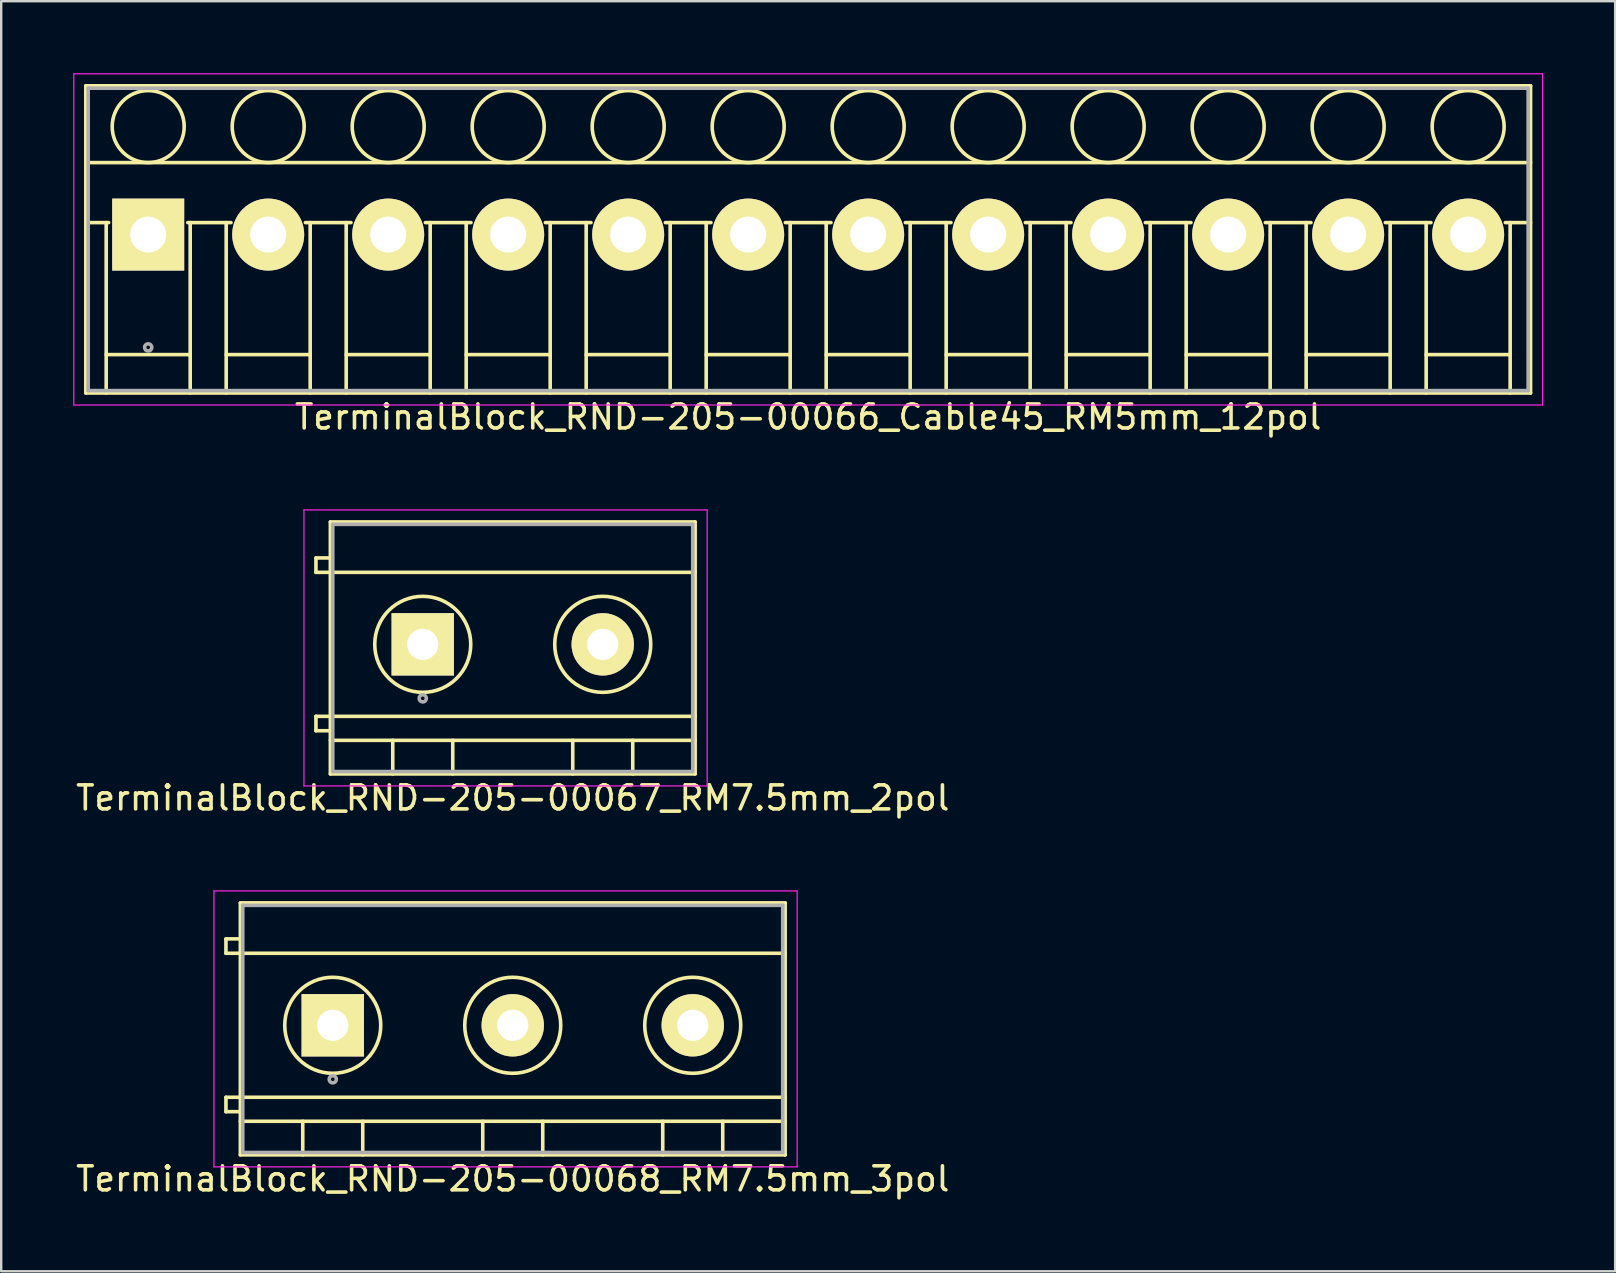
<source format=kicad_pcb>
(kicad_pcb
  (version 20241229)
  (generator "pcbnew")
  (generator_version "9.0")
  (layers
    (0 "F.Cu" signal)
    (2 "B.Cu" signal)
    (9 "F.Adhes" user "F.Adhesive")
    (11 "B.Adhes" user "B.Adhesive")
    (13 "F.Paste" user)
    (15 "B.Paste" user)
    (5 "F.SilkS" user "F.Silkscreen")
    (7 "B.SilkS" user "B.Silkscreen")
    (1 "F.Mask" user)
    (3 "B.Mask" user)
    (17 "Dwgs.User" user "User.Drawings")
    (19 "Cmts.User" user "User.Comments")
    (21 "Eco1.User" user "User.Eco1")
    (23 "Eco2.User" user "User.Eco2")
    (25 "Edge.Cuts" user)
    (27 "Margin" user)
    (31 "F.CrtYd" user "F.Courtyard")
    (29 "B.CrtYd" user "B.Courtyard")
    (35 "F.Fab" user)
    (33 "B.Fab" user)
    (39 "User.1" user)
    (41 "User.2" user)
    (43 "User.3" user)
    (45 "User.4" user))
  (footprint "TerminalBlock_RND-205-00068_RM7.5mm_3pol"
    (layer "F.Cu")
    (at 10.815 39.672)
    (property "Reference" "TerminalBlock_RND-205-00068_RM7.5mm_3pol" (at 7.5 6.4 0) (layer "F.SilkS") (effects (font (size 1 1) (thickness 0.15))))
    (attr through_hole)
    (fp_line (start -4.45 -3.6) (end -4.45 -3) (stroke (width 0.15) (type solid)) (layer "F.SilkS"))
    (fp_line (start -4.45 -3) (end -3.85 -3) (stroke (width 0.15) (type solid)) (layer "F.SilkS"))
    (fp_line (start -4.45 3) (end -4.45 3.6) (stroke (width 0.15) (type solid)) (layer "F.SilkS"))
    (fp_line (start -4.45 3.6) (end -3.85 3.6) (stroke (width 0.15) (type solid)) (layer "F.SilkS"))
    (fp_line (start -3.85 -5.1) (end 18.85 -5.1) (stroke (width 0.15) (type solid)) (layer "F.SilkS"))
    (fp_line (start -3.85 -3.6) (end -4.45 -3.6) (stroke (width 0.15) (type solid)) (layer "F.SilkS"))
    (fp_line (start -3.85 -3) (end 18.85 -3) (stroke (width 0.15) (type solid)) (layer "F.SilkS"))
    (fp_line (start -3.85 3) (end -4.45 3) (stroke (width 0.15) (type solid)) (layer "F.SilkS"))
    (fp_line (start -3.85 3) (end 18.85 3) (stroke (width 0.15) (type solid)) (layer "F.SilkS"))
    (fp_line (start -3.85 4) (end 18.85 4) (stroke (width 0.15) (type solid)) (layer "F.SilkS"))
    (fp_line (start -3.85 5.4) (end -3.85 -5.1) (stroke (width 0.15) (type solid)) (layer "F.SilkS"))
    (fp_line (start -1.25 4) (end -1.25 5.4) (stroke (width 0.15) (type solid)) (layer "F.SilkS"))
    (fp_line (start 1.25 4) (end 1.25 5.4) (stroke (width 0.15) (type solid)) (layer "F.SilkS"))
    (fp_line (start 6.25 4) (end 6.25 5.4) (stroke (width 0.15) (type solid)) (layer "F.SilkS"))
    (fp_line (start 8.75 4) (end 8.75 5.4) (stroke (width 0.15) (type solid)) (layer "F.SilkS"))
    (fp_line (start 13.75 4) (end 13.75 5.4) (stroke (width 0.15) (type solid)) (layer "F.SilkS"))
    (fp_line (start 16.25 4) (end 16.25 5.4) (stroke (width 0.15) (type solid)) (layer "F.SilkS"))
    (fp_line (start 18.85 -5.1) (end 18.85 5.4) (stroke (width 0.15) (type solid)) (layer "F.SilkS"))
    (fp_line (start 18.85 5.4) (end -3.85 5.4) (stroke (width 0.15) (type solid)) (layer "F.SilkS"))
    (fp_circle (center 0 0) (end -2 0) (stroke (width 0.15) (type solid)) (fill no) (layer "F.SilkS"))
    (fp_circle (center 7.5 0) (end 5.5 0) (stroke (width 0.15) (type solid)) (fill no) (layer "F.SilkS"))
    (fp_circle (center 15 0) (end 13 0) (stroke (width 0.15) (type solid)) (fill no) (layer "F.SilkS"))
    (fp_line (start -4.95 -5.6) (end 19.35 -5.6) (stroke (width 0.05) (type solid)) (layer "F.CrtYd"))
    (fp_line (start -4.95 5.9) (end -4.95 -5.6) (stroke (width 0.05) (type solid)) (layer "F.CrtYd"))
    (fp_line (start 19.35 -5.6) (end 19.35 5.9) (stroke (width 0.05) (type solid)) (layer "F.CrtYd"))
    (fp_line (start 19.35 5.9) (end -4.95 5.9) (stroke (width 0.05) (type solid)) (layer "F.CrtYd"))
    (fp_line (start -3.75 -5) (end 18.75 -5) (stroke (width 0.15) (type solid)) (layer "F.Fab"))
    (fp_line (start -3.75 5.3) (end -3.75 -5) (stroke (width 0.15) (type solid)) (layer "F.Fab"))
    (fp_line (start 18.75 -5) (end 18.75 5.3) (stroke (width 0.15) (type solid)) (layer "F.Fab"))
    (fp_line (start 18.75 5.3) (end -3.75 5.3) (stroke (width 0.15) (type solid)) (layer "F.Fab"))
    (fp_circle (center 0 2.25) (end -0.15 2.25) (stroke (width 0.15) (type solid)) (fill no) (layer "F.Fab"))
    (pad "1" thru_hole rect (at 0 0) (size 2.6 2.6) (drill 1.3) (layers "*.Cu" "*.Mask" "F.SilkS"))
    (pad "2" thru_hole circle (at 7.5 0) (size 2.6 2.6) (drill 1.3) (layers "*.Cu" "*.Mask" "F.SilkS"))
    (pad "3" thru_hole circle (at 15 0) (size 2.6 2.6) (drill 1.3) (layers "*.Cu" "*.Mask" "F.SilkS")))
  (footprint "TerminalBlock_RND-205-00066_Cable45_RM5mm_12pol"
    (layer "F.Cu")
    (at 3.125 6.725)
    (property "Reference" "TerminalBlock_RND-205-00066_Cable45_RM5mm_12pol" (at 27.5 7.6 0) (layer "F.SilkS") (effects (font (size 1 1) (thickness 0.15))))
    (attr through_hole)
    (fp_line (start -2.6 -6.2) (end 57.6 -6.2) (stroke (width 0.15) (type solid)) (layer "F.SilkS"))
    (fp_line (start -2.6 -3) (end 57.6 -3) (stroke (width 0.15) (type solid)) (layer "F.SilkS"))
    (fp_line (start -2.6 -0.5) (end -1.65 -0.5) (stroke (width 0.15) (type solid)) (layer "F.SilkS"))
    (fp_line (start -2.6 6.6) (end -2.6 -6.2) (stroke (width 0.15) (type solid)) (layer "F.SilkS"))
    (fp_line (start -1.75 -0.5) (end -1.75 6.6) (stroke (width 0.15) (type solid)) (layer "F.SilkS"))
    (fp_line (start -1.75 5) (end 1.75 5) (stroke (width 0.15) (type solid)) (layer "F.SilkS"))
    (fp_line (start 1.65 -0.5) (end 3.45 -0.5) (stroke (width 0.15) (type solid)) (layer "F.SilkS"))
    (fp_line (start 1.75 6.6) (end 1.75 -0.5) (stroke (width 0.15) (type solid)) (layer "F.SilkS"))
    (fp_line (start 3.25 -0.5) (end 3.25 6.6) (stroke (width 0.15) (type solid)) (layer "F.SilkS"))
    (fp_line (start 3.25 5) (end 6.75 5) (stroke (width 0.15) (type solid)) (layer "F.SilkS"))
    (fp_line (start 6.55 -0.5) (end 8.45 -0.5) (stroke (width 0.15) (type solid)) (layer "F.SilkS"))
    (fp_line (start 6.75 6.6) (end 6.75 -0.5) (stroke (width 0.15) (type solid)) (layer "F.SilkS"))
    (fp_line (start 8.25 -0.5) (end 8.25 6.6) (stroke (width 0.15) (type solid)) (layer "F.SilkS"))
    (fp_line (start 8.25 5) (end 11.75 5) (stroke (width 0.15) (type solid)) (layer "F.SilkS"))
    (fp_line (start 11.55 -0.5) (end 13.45 -0.5) (stroke (width 0.15) (type solid)) (layer "F.SilkS"))
    (fp_line (start 11.75 6.6) (end 11.75 -0.5) (stroke (width 0.15) (type solid)) (layer "F.SilkS"))
    (fp_line (start 13.25 -0.5) (end 13.25 6.6) (stroke (width 0.15) (type solid)) (layer "F.SilkS"))
    (fp_line (start 13.25 5) (end 16.75 5) (stroke (width 0.15) (type solid)) (layer "F.SilkS"))
    (fp_line (start 16.55 -0.5) (end 18.45 -0.5) (stroke (width 0.15) (type solid)) (layer "F.SilkS"))
    (fp_line (start 16.75 6.6) (end 16.75 -0.5) (stroke (width 0.15) (type solid)) (layer "F.SilkS"))
    (fp_line (start 18.25 -0.5) (end 18.25 6.6) (stroke (width 0.15) (type solid)) (layer "F.SilkS"))
    (fp_line (start 18.25 5) (end 21.75 5) (stroke (width 0.15) (type solid)) (layer "F.SilkS"))
    (fp_line (start 21.55 -0.5) (end 23.45 -0.5) (stroke (width 0.15) (type solid)) (layer "F.SilkS"))
    (fp_line (start 21.75 6.6) (end 21.75 -0.5) (stroke (width 0.15) (type solid)) (layer "F.SilkS"))
    (fp_line (start 23.25 -0.5) (end 23.25 6.6) (stroke (width 0.15) (type solid)) (layer "F.SilkS"))
    (fp_line (start 23.25 5) (end 26.75 5) (stroke (width 0.15) (type solid)) (layer "F.SilkS"))
    (fp_line (start 26.55 -0.5) (end 28.45 -0.5) (stroke (width 0.15) (type solid)) (layer "F.SilkS"))
    (fp_line (start 26.75 6.6) (end 26.75 -0.5) (stroke (width 0.15) (type solid)) (layer "F.SilkS"))
    (fp_line (start 28.25 -0.5) (end 28.25 6.6) (stroke (width 0.15) (type solid)) (layer "F.SilkS"))
    (fp_line (start 28.25 5) (end 31.75 5) (stroke (width 0.15) (type solid)) (layer "F.SilkS"))
    (fp_line (start 31.55 -0.5) (end 33.45 -0.5) (stroke (width 0.15) (type solid)) (layer "F.SilkS"))
    (fp_line (start 31.75 6.6) (end 31.75 -0.5) (stroke (width 0.15) (type solid)) (layer "F.SilkS"))
    (fp_line (start 33.25 -0.5) (end 33.25 6.6) (stroke (width 0.15) (type solid)) (layer "F.SilkS"))
    (fp_line (start 33.25 5) (end 36.75 5) (stroke (width 0.15) (type solid)) (layer "F.SilkS"))
    (fp_line (start 36.55 -0.5) (end 38.45 -0.5) (stroke (width 0.15) (type solid)) (layer "F.SilkS"))
    (fp_line (start 36.75 6.6) (end 36.75 -0.5) (stroke (width 0.15) (type solid)) (layer "F.SilkS"))
    (fp_line (start 38.25 -0.5) (end 38.25 6.6) (stroke (width 0.15) (type solid)) (layer "F.SilkS"))
    (fp_line (start 38.25 5) (end 41.75 5) (stroke (width 0.15) (type solid)) (layer "F.SilkS"))
    (fp_line (start 41.55 -0.5) (end 43.45 -0.5) (stroke (width 0.15) (type solid)) (layer "F.SilkS"))
    (fp_line (start 41.75 6.6) (end 41.75 -0.5) (stroke (width 0.15) (type solid)) (layer "F.SilkS"))
    (fp_line (start 43.25 -0.5) (end 43.25 6.6) (stroke (width 0.15) (type solid)) (layer "F.SilkS"))
    (fp_line (start 43.25 5) (end 46.75 5) (stroke (width 0.15) (type solid)) (layer "F.SilkS"))
    (fp_line (start 46.55 -0.5) (end 48.45 -0.5) (stroke (width 0.15) (type solid)) (layer "F.SilkS"))
    (fp_line (start 46.75 6.6) (end 46.75 -0.5) (stroke (width 0.15) (type solid)) (layer "F.SilkS"))
    (fp_line (start 48.25 -0.5) (end 48.25 6.6) (stroke (width 0.15) (type solid)) (layer "F.SilkS"))
    (fp_line (start 48.25 5) (end 51.75 5) (stroke (width 0.15) (type solid)) (layer "F.SilkS"))
    (fp_line (start 51.55 -0.5) (end 53.45 -0.5) (stroke (width 0.15) (type solid)) (layer "F.SilkS"))
    (fp_line (start 51.75 6.6) (end 51.75 -0.5) (stroke (width 0.15) (type solid)) (layer "F.SilkS"))
    (fp_line (start 53.25 -0.5) (end 53.25 6.6) (stroke (width 0.15) (type solid)) (layer "F.SilkS"))
    (fp_line (start 53.25 5) (end 56.75 5) (stroke (width 0.15) (type solid)) (layer "F.SilkS"))
    (fp_line (start 56.55 -0.5) (end 57.6 -0.5) (stroke (width 0.15) (type solid)) (layer "F.SilkS"))
    (fp_line (start 56.75 6.6) (end 56.75 -0.5) (stroke (width 0.15) (type solid)) (layer "F.SilkS"))
    (fp_line (start 57.6 -6.2) (end 57.6 6.6) (stroke (width 0.15) (type solid)) (layer "F.SilkS"))
    (fp_line (start 57.6 6.6) (end -2.6 6.6) (stroke (width 0.15) (type solid)) (layer "F.SilkS"))
    (fp_circle (center 0 -4.5) (end -1.5 -4.5) (stroke (width 0.15) (type solid)) (fill no) (layer "F.SilkS"))
    (fp_circle (center 5 -4.5) (end 3.5 -4.5) (stroke (width 0.15) (type solid)) (fill no) (layer "F.SilkS"))
    (fp_circle (center 10 -4.5) (end 8.5 -4.5) (stroke (width 0.15) (type solid)) (fill no) (layer "F.SilkS"))
    (fp_circle (center 15 -4.5) (end 13.5 -4.5) (stroke (width 0.15) (type solid)) (fill no) (layer "F.SilkS"))
    (fp_circle (center 20 -4.5) (end 18.5 -4.5) (stroke (width 0.15) (type solid)) (fill no) (layer "F.SilkS"))
    (fp_circle (center 25 -4.5) (end 23.5 -4.5) (stroke (width 0.15) (type solid)) (fill no) (layer "F.SilkS"))
    (fp_circle (center 30 -4.5) (end 28.5 -4.5) (stroke (width 0.15) (type solid)) (fill no) (layer "F.SilkS"))
    (fp_circle (center 35 -4.5) (end 33.5 -4.5) (stroke (width 0.15) (type solid)) (fill no) (layer "F.SilkS"))
    (fp_circle (center 40 -4.5) (end 38.5 -4.5) (stroke (width 0.15) (type solid)) (fill no) (layer "F.SilkS"))
    (fp_circle (center 45 -4.5) (end 43.5 -4.5) (stroke (width 0.15) (type solid)) (fill no) (layer "F.SilkS"))
    (fp_circle (center 50 -4.5) (end 48.5 -4.5) (stroke (width 0.15) (type solid)) (fill no) (layer "F.SilkS"))
    (fp_circle (center 55 -4.5) (end 53.5 -4.5) (stroke (width 0.15) (type solid)) (fill no) (layer "F.SilkS"))
    (fp_line (start -3.1 -6.7) (end 58.1 -6.7) (stroke (width 0.05) (type solid)) (layer "F.CrtYd"))
    (fp_line (start -3.1 7.1) (end -3.1 -6.7) (stroke (width 0.05) (type solid)) (layer "F.CrtYd"))
    (fp_line (start 58.1 -6.7) (end 58.1 7.1) (stroke (width 0.05) (type solid)) (layer "F.CrtYd"))
    (fp_line (start 58.1 7.1) (end -3.1 7.1) (stroke (width 0.05) (type solid)) (layer "F.CrtYd"))
    (fp_line (start -2.5 -6.1) (end 57.5 -6.1) (stroke (width 0.15) (type solid)) (layer "F.Fab"))
    (fp_line (start -2.5 6.5) (end -2.5 -6.1) (stroke (width 0.15) (type solid)) (layer "F.Fab"))
    (fp_line (start 57.5 -6.1) (end 57.5 6.5) (stroke (width 0.15) (type solid)) (layer "F.Fab"))
    (fp_line (start 57.5 6.5) (end -2.5 6.5) (stroke (width 0.15) (type solid)) (layer "F.Fab"))
    (fp_circle (center 0 4.7) (end -0.15 4.7) (stroke (width 0.15) (type solid)) (fill no) (layer "F.Fab"))
    (pad "1" thru_hole rect (at 0 0) (size 3 3) (drill 1.5) (layers "*.Cu" "*.Mask" "F.SilkS"))
    (pad "2" thru_hole circle (at 5 0) (size 3 3) (drill 1.5) (layers "*.Cu" "*.Mask" "F.SilkS"))
    (pad "3" thru_hole circle (at 10 0) (size 3 3) (drill 1.5) (layers "*.Cu" "*.Mask" "F.SilkS"))
    (pad "4" thru_hole circle (at 15 0) (size 3 3) (drill 1.5) (layers "*.Cu" "*.Mask" "F.SilkS"))
    (pad "5" thru_hole circle (at 20 0) (size 3 3) (drill 1.5) (layers "*.Cu" "*.Mask" "F.SilkS"))
    (pad "6" thru_hole circle (at 25 0) (size 3 3) (drill 1.5) (layers "*.Cu" "*.Mask" "F.SilkS"))
    (pad "7" thru_hole circle (at 30 0) (size 3 3) (drill 1.5) (layers "*.Cu" "*.Mask" "F.SilkS"))
    (pad "8" thru_hole circle (at 35 0) (size 3 3) (drill 1.5) (layers "*.Cu" "*.Mask" "F.SilkS"))
    (pad "9" thru_hole circle (at 40 0) (size 3 3) (drill 1.5) (layers "*.Cu" "*.Mask" "F.SilkS"))
    (pad "10" thru_hole circle (at 45 0) (size 3 3) (drill 1.5) (layers "*.Cu" "*.Mask" "F.SilkS"))
    (pad "11" thru_hole circle (at 50 0) (size 3 3) (drill 1.5) (layers "*.Cu" "*.Mask" "F.SilkS"))
    (pad "12" thru_hole circle (at 55 0) (size 3 3) (drill 1.5) (layers "*.Cu" "*.Mask" "F.SilkS")))
  (footprint "TerminalBlock_RND-205-00067_RM7.5mm_2pol"
    (layer "F.Cu")
    (at 14.565 23.798)
    (property "Reference" "TerminalBlock_RND-205-00067_RM7.5mm_2pol" (at 3.75 6.4 0) (layer "F.SilkS") (effects (font (size 1 1) (thickness 0.15))))
    (attr through_hole)
    (fp_line (start -4.45 -3.6) (end -4.45 -3) (stroke (width 0.15) (type solid)) (layer "F.SilkS"))
    (fp_line (start -4.45 -3) (end -3.85 -3) (stroke (width 0.15) (type solid)) (layer "F.SilkS"))
    (fp_line (start -4.45 3) (end -4.45 3.6) (stroke (width 0.15) (type solid)) (layer "F.SilkS"))
    (fp_line (start -4.45 3.6) (end -3.85 3.6) (stroke (width 0.15) (type solid)) (layer "F.SilkS"))
    (fp_line (start -3.85 -5.1) (end 11.35 -5.1) (stroke (width 0.15) (type solid)) (layer "F.SilkS"))
    (fp_line (start -3.85 -3.6) (end -4.45 -3.6) (stroke (width 0.15) (type solid)) (layer "F.SilkS"))
    (fp_line (start -3.85 -3) (end 11.35 -3) (stroke (width 0.15) (type solid)) (layer "F.SilkS"))
    (fp_line (start -3.85 3) (end -4.45 3) (stroke (width 0.15) (type solid)) (layer "F.SilkS"))
    (fp_line (start -3.85 3) (end 11.35 3) (stroke (width 0.15) (type solid)) (layer "F.SilkS"))
    (fp_line (start -3.85 4) (end 11.35 4) (stroke (width 0.15) (type solid)) (layer "F.SilkS"))
    (fp_line (start -3.85 5.4) (end -3.85 -5.1) (stroke (width 0.15) (type solid)) (layer "F.SilkS"))
    (fp_line (start -1.25 4) (end -1.25 5.4) (stroke (width 0.15) (type solid)) (layer "F.SilkS"))
    (fp_line (start 1.25 4) (end 1.25 5.4) (stroke (width 0.15) (type solid)) (layer "F.SilkS"))
    (fp_line (start 6.25 4) (end 6.25 5.4) (stroke (width 0.15) (type solid)) (layer "F.SilkS"))
    (fp_line (start 8.75 4) (end 8.75 5.4) (stroke (width 0.15) (type solid)) (layer "F.SilkS"))
    (fp_line (start 11.35 -5.1) (end 11.35 5.4) (stroke (width 0.15) (type solid)) (layer "F.SilkS"))
    (fp_line (start 11.35 5.4) (end -3.85 5.4) (stroke (width 0.15) (type solid)) (layer "F.SilkS"))
    (fp_circle (center 0 0) (end -2 0) (stroke (width 0.15) (type solid)) (fill no) (layer "F.SilkS"))
    (fp_circle (center 7.5 0) (end 5.5 0) (stroke (width 0.15) (type solid)) (fill no) (layer "F.SilkS"))
    (fp_line (start -4.95 -5.6) (end 11.85 -5.6) (stroke (width 0.05) (type solid)) (layer "F.CrtYd"))
    (fp_line (start -4.95 5.9) (end -4.95 -5.6) (stroke (width 0.05) (type solid)) (layer "F.CrtYd"))
    (fp_line (start 11.85 -5.6) (end 11.85 5.9) (stroke (width 0.05) (type solid)) (layer "F.CrtYd"))
    (fp_line (start 11.85 5.9) (end -4.95 5.9) (stroke (width 0.05) (type solid)) (layer "F.CrtYd"))
    (fp_line (start -3.75 -5) (end 11.25 -5) (stroke (width 0.15) (type solid)) (layer "F.Fab"))
    (fp_line (start -3.75 5.3) (end -3.75 -5) (stroke (width 0.15) (type solid)) (layer "F.Fab"))
    (fp_line (start 11.25 -5) (end 11.25 5.3) (stroke (width 0.15) (type solid)) (layer "F.Fab"))
    (fp_line (start 11.25 5.3) (end -3.75 5.3) (stroke (width 0.15) (type solid)) (layer "F.Fab"))
    (fp_circle (center 0 2.25) (end -0.15 2.25) (stroke (width 0.15) (type solid)) (fill no) (layer "F.Fab"))
    (pad "1" thru_hole rect (at 0 0) (size 2.6 2.6) (drill 1.3) (layers "*.Cu" "*.Mask" "F.SilkS"))
    (pad "2" thru_hole circle (at 7.5 0) (size 2.6 2.6) (drill 1.3) (layers "*.Cu" "*.Mask" "F.SilkS")))
  (gr_rect
    (start -3 -3)
    (end 64.25 49.92)
    (stroke (width 0.1) (type default))
    (fill no)
    (layer "Edge.Cuts")))
</source>
